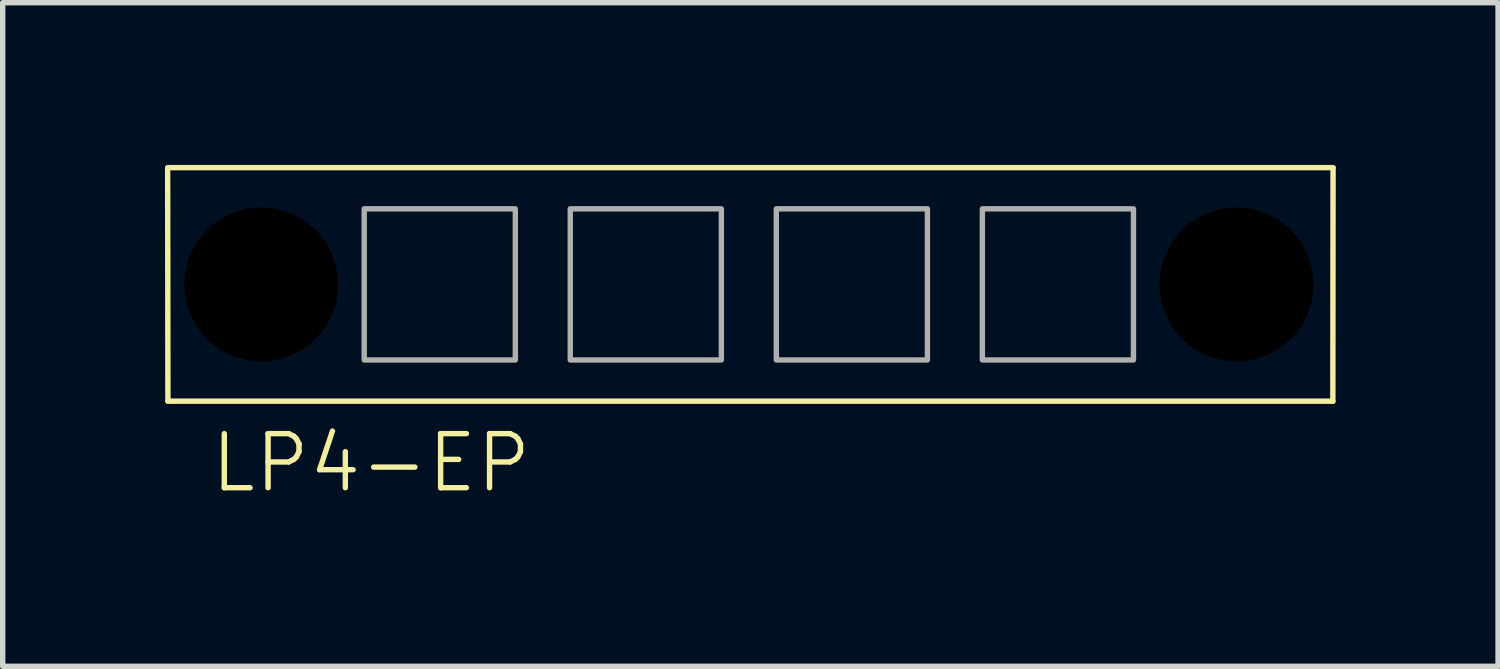
<source format=kicad_pcb>
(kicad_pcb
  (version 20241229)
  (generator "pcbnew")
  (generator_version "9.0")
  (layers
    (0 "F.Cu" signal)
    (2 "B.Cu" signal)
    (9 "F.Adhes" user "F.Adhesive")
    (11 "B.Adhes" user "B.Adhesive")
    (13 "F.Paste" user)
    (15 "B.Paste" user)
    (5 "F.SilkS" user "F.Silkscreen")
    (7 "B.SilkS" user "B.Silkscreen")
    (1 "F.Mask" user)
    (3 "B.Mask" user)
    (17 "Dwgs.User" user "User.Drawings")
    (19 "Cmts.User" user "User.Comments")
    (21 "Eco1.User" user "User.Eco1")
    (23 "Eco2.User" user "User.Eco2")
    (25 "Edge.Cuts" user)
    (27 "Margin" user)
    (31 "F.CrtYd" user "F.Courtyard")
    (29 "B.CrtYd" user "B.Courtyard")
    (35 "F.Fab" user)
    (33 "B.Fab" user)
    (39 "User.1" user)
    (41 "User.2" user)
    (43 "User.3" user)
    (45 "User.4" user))
  (footprint "LP4-EP"
    (layer "F.Cu")
    (at 1.78 2.209)
    (property "Reference" "LP4-EP" (at 2.032 3.302 0) (unlocked yes) (layer "F.SilkS") (effects (font (size 1 1) (thickness 0.1))))
    (attr smd)
    (fp_line (start -1.73 -2.159) (end 19.82 -2.159) (stroke (width 0.1) (type default)) (layer "F.SilkS"))
    (fp_line (start -1.73 -2.143) (end -1.725 2.156) (stroke (width 0.1) (type default)) (layer "F.SilkS"))
    (fp_line (start 19.816 2.159) (end -1.725 2.159) (stroke (width 0.1) (type default)) (layer "F.SilkS"))
    (fp_line (start 19.82 -2.155) (end 19.816 2.162) (stroke (width 0.1) (type default)) (layer "F.SilkS"))
    (fp_rect (start 1.905 -1.397) (end 4.699 1.397) (stroke (width 0.1) (type default)) (fill no) (layer "F.Fab"))
    (fp_rect (start 5.715 -1.397) (end 8.509 1.397) (stroke (width 0.1) (type default)) (fill no) (layer "F.Fab"))
    (fp_rect (start 9.525 -1.397) (end 12.319 1.397) (stroke (width 0.1) (type default)) (fill no) (layer "F.Fab"))
    (fp_rect (start 13.335 -1.397) (end 16.129 1.397) (stroke (width 0.1) (type default)) (fill no) (layer "F.Fab"))
    (pad "" np_thru_hole circle (at 0 0) (size 2.845 2.845) (drill 2.845) (layers "*.Mask"))
    (pad "" np_thru_hole circle (at 18.034 0) (size 2.845 2.845) (drill 2.845) (layers "*.Mask")))
  (gr_rect
    (start -3 -3)
    (end 24.651 9.271)
    (stroke (width 0.1) (type default))
    (fill no)
    (layer "Edge.Cuts")))
</source>
